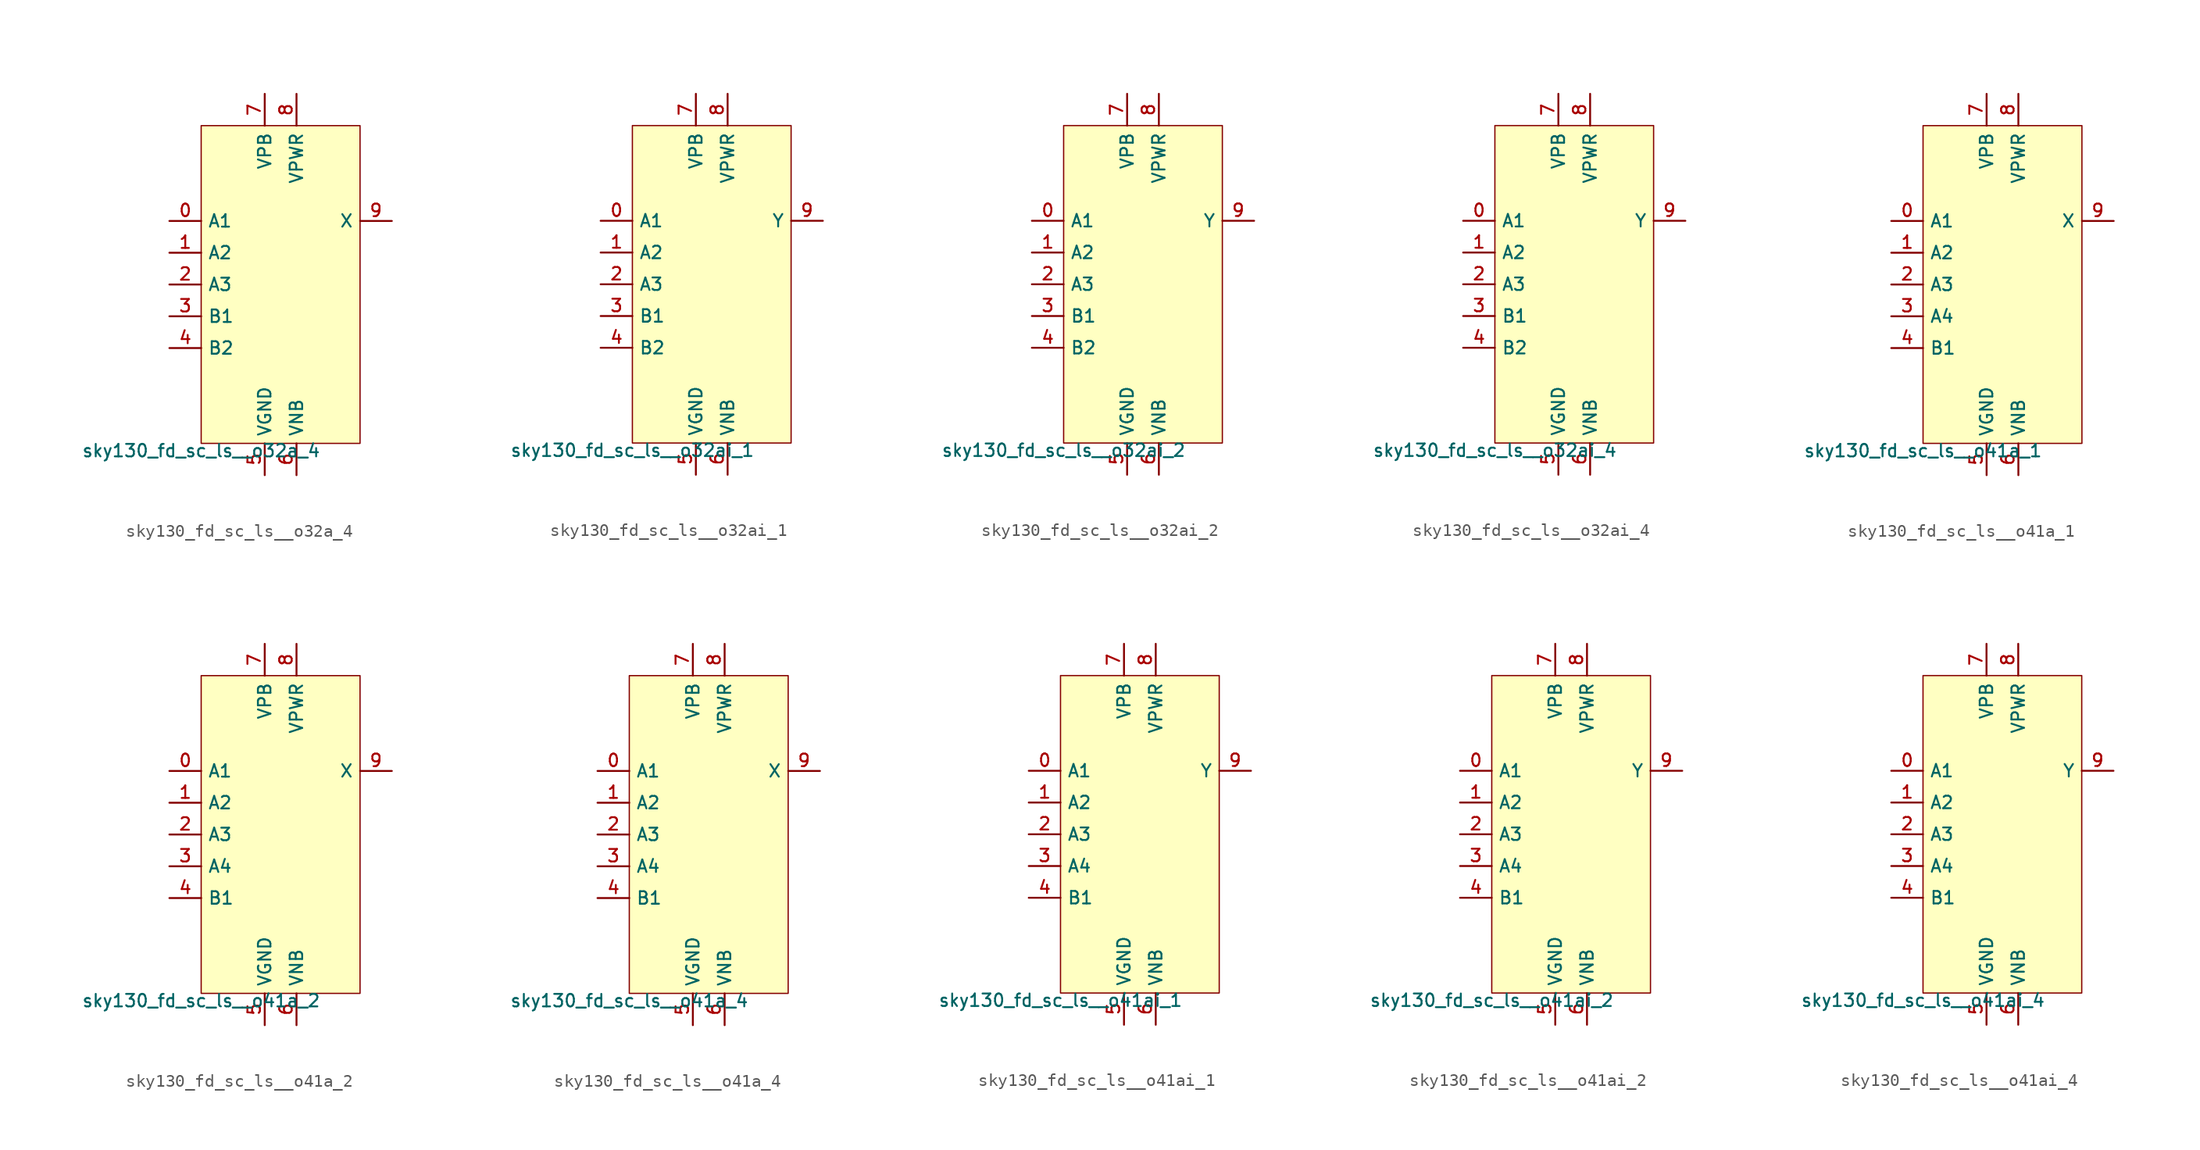
<source format=kicad_sym>
(kicad_symbol_lib
  (version 20211014)
  (generator lef2kicad_sym)
  (symbol "sky130_fd_sc_ls__o32a_4"
    (property "Reference" "X"
      (at 0 0 0)
      (effects (font (size 1 1)) hide))
    (property "Value" "sky130_fd_sc_ls__o32a_4"
      (at -6.35 -12.7 0)
      (effects (font (size 1 1)) (justify top)))
    (rectangle
      (start -6.35 -12.7)
      (end 6.35 12.7)
      (stroke (width 0.1) (type solid) (color 0 0 0 0))
      (fill (type background)))
    (pin input line
      (at -8.89 5.08 0)
      (length 2.54)
      (name "A1" (effects (font (size 1 1)) hide))
      (number "0" (effects (font (size 1 1)) hide)))
    (pin input line
      (at -8.89 2.54 0)
      (length 2.54)
      (name "A2" (effects (font (size 1 1)) hide))
      (number "1" (effects (font (size 1 1)) hide)))
    (pin input line
      (at -8.89 -8.881784197001252e-16 0)
      (length 2.54)
      (name "A3" (effects (font (size 1 1)) hide))
      (number "2" (effects (font (size 1 1)) hide)))
    (pin input line
      (at -8.89 -2.54 0)
      (length 2.54)
      (name "B1" (effects (font (size 1 1)) hide))
      (number "3" (effects (font (size 1 1)) hide)))
    (pin input line
      (at -8.89 -5.08 0)
      (length 2.54)
      (name "B2" (effects (font (size 1 1)) hide))
      (number "4" (effects (font (size 1 1)) hide)))
    (pin power_in line
      (at -1.27 -15.24 90)
      (length 2.54)
      (name "VGND" (effects (font (size 1 1)) hide))
      (number "5" (effects (font (size 1 1)) hide)))
    (pin power_in line
      (at 1.27 -15.24 90)
      (length 2.54)
      (name "VNB" (effects (font (size 1 1)) hide))
      (number "6" (effects (font (size 1 1)) hide)))
    (pin power_in line
      (at -1.27 15.24 270)
      (length 2.54)
      (name "VPB" (effects (font (size 1 1)) hide))
      (number "7" (effects (font (size 1 1)) hide)))
    (pin power_in line
      (at 1.27 15.24 270)
      (length 2.54)
      (name "VPWR" (effects (font (size 1 1)) hide))
      (number "8" (effects (font (size 1 1)) hide)))
    (pin output line
      (at 8.89 5.08 180)
      (length 2.54)
      (name "X" (effects (font (size 1 1)) hide))
      (number "9" (effects (font (size 1 1)) hide))))
  (symbol "sky130_fd_sc_ls__o32ai_1"
    (property "Reference" "X"
      (at 0 0 0)
      (effects (font (size 1 1)) hide))
    (property "Value" "sky130_fd_sc_ls__o32ai_1"
      (at -6.35 -12.7 0)
      (effects (font (size 1 1)) (justify top)))
    (rectangle
      (start -6.35 -12.7)
      (end 6.35 12.7)
      (stroke (width 0.1) (type solid) (color 0 0 0 0))
      (fill (type background)))
    (pin input line
      (at -8.89 5.08 0)
      (length 2.54)
      (name "A1" (effects (font (size 1 1)) hide))
      (number "0" (effects (font (size 1 1)) hide)))
    (pin input line
      (at -8.89 2.54 0)
      (length 2.54)
      (name "A2" (effects (font (size 1 1)) hide))
      (number "1" (effects (font (size 1 1)) hide)))
    (pin input line
      (at -8.89 -8.881784197001252e-16 0)
      (length 2.54)
      (name "A3" (effects (font (size 1 1)) hide))
      (number "2" (effects (font (size 1 1)) hide)))
    (pin input line
      (at -8.89 -2.54 0)
      (length 2.54)
      (name "B1" (effects (font (size 1 1)) hide))
      (number "3" (effects (font (size 1 1)) hide)))
    (pin input line
      (at -8.89 -5.08 0)
      (length 2.54)
      (name "B2" (effects (font (size 1 1)) hide))
      (number "4" (effects (font (size 1 1)) hide)))
    (pin power_in line
      (at -1.27 -15.24 90)
      (length 2.54)
      (name "VGND" (effects (font (size 1 1)) hide))
      (number "5" (effects (font (size 1 1)) hide)))
    (pin power_in line
      (at 1.27 -15.24 90)
      (length 2.54)
      (name "VNB" (effects (font (size 1 1)) hide))
      (number "6" (effects (font (size 1 1)) hide)))
    (pin power_in line
      (at -1.27 15.24 270)
      (length 2.54)
      (name "VPB" (effects (font (size 1 1)) hide))
      (number "7" (effects (font (size 1 1)) hide)))
    (pin power_in line
      (at 1.27 15.24 270)
      (length 2.54)
      (name "VPWR" (effects (font (size 1 1)) hide))
      (number "8" (effects (font (size 1 1)) hide)))
    (pin output line
      (at 8.89 5.08 180)
      (length 2.54)
      (name "Y" (effects (font (size 1 1)) hide))
      (number "9" (effects (font (size 1 1)) hide))))
  (symbol "sky130_fd_sc_ls__o32ai_2"
    (property "Reference" "X"
      (at 0 0 0)
      (effects (font (size 1 1)) hide))
    (property "Value" "sky130_fd_sc_ls__o32ai_2"
      (at -6.35 -12.7 0)
      (effects (font (size 1 1)) (justify top)))
    (rectangle
      (start -6.35 -12.7)
      (end 6.35 12.7)
      (stroke (width 0.1) (type solid) (color 0 0 0 0))
      (fill (type background)))
    (pin input line
      (at -8.89 5.08 0)
      (length 2.54)
      (name "A1" (effects (font (size 1 1)) hide))
      (number "0" (effects (font (size 1 1)) hide)))
    (pin input line
      (at -8.89 2.54 0)
      (length 2.54)
      (name "A2" (effects (font (size 1 1)) hide))
      (number "1" (effects (font (size 1 1)) hide)))
    (pin input line
      (at -8.89 -8.881784197001252e-16 0)
      (length 2.54)
      (name "A3" (effects (font (size 1 1)) hide))
      (number "2" (effects (font (size 1 1)) hide)))
    (pin input line
      (at -8.89 -2.54 0)
      (length 2.54)
      (name "B1" (effects (font (size 1 1)) hide))
      (number "3" (effects (font (size 1 1)) hide)))
    (pin input line
      (at -8.89 -5.08 0)
      (length 2.54)
      (name "B2" (effects (font (size 1 1)) hide))
      (number "4" (effects (font (size 1 1)) hide)))
    (pin power_in line
      (at -1.27 -15.24 90)
      (length 2.54)
      (name "VGND" (effects (font (size 1 1)) hide))
      (number "5" (effects (font (size 1 1)) hide)))
    (pin power_in line
      (at 1.27 -15.24 90)
      (length 2.54)
      (name "VNB" (effects (font (size 1 1)) hide))
      (number "6" (effects (font (size 1 1)) hide)))
    (pin power_in line
      (at -1.27 15.24 270)
      (length 2.54)
      (name "VPB" (effects (font (size 1 1)) hide))
      (number "7" (effects (font (size 1 1)) hide)))
    (pin power_in line
      (at 1.27 15.24 270)
      (length 2.54)
      (name "VPWR" (effects (font (size 1 1)) hide))
      (number "8" (effects (font (size 1 1)) hide)))
    (pin output line
      (at 8.89 5.08 180)
      (length 2.54)
      (name "Y" (effects (font (size 1 1)) hide))
      (number "9" (effects (font (size 1 1)) hide))))
  (symbol "sky130_fd_sc_ls__o32ai_4"
    (property "Reference" "X"
      (at 0 0 0)
      (effects (font (size 1 1)) hide))
    (property "Value" "sky130_fd_sc_ls__o32ai_4"
      (at -6.35 -12.7 0)
      (effects (font (size 1 1)) (justify top)))
    (rectangle
      (start -6.35 -12.7)
      (end 6.35 12.7)
      (stroke (width 0.1) (type solid) (color 0 0 0 0))
      (fill (type background)))
    (pin input line
      (at -8.89 5.08 0)
      (length 2.54)
      (name "A1" (effects (font (size 1 1)) hide))
      (number "0" (effects (font (size 1 1)) hide)))
    (pin input line
      (at -8.89 2.54 0)
      (length 2.54)
      (name "A2" (effects (font (size 1 1)) hide))
      (number "1" (effects (font (size 1 1)) hide)))
    (pin input line
      (at -8.89 -8.881784197001252e-16 0)
      (length 2.54)
      (name "A3" (effects (font (size 1 1)) hide))
      (number "2" (effects (font (size 1 1)) hide)))
    (pin input line
      (at -8.89 -2.54 0)
      (length 2.54)
      (name "B1" (effects (font (size 1 1)) hide))
      (number "3" (effects (font (size 1 1)) hide)))
    (pin input line
      (at -8.89 -5.08 0)
      (length 2.54)
      (name "B2" (effects (font (size 1 1)) hide))
      (number "4" (effects (font (size 1 1)) hide)))
    (pin power_in line
      (at -1.27 -15.24 90)
      (length 2.54)
      (name "VGND" (effects (font (size 1 1)) hide))
      (number "5" (effects (font (size 1 1)) hide)))
    (pin power_in line
      (at 1.27 -15.24 90)
      (length 2.54)
      (name "VNB" (effects (font (size 1 1)) hide))
      (number "6" (effects (font (size 1 1)) hide)))
    (pin power_in line
      (at -1.27 15.24 270)
      (length 2.54)
      (name "VPB" (effects (font (size 1 1)) hide))
      (number "7" (effects (font (size 1 1)) hide)))
    (pin power_in line
      (at 1.27 15.24 270)
      (length 2.54)
      (name "VPWR" (effects (font (size 1 1)) hide))
      (number "8" (effects (font (size 1 1)) hide)))
    (pin output line
      (at 8.89 5.08 180)
      (length 2.54)
      (name "Y" (effects (font (size 1 1)) hide))
      (number "9" (effects (font (size 1 1)) hide))))
  (symbol "sky130_fd_sc_ls__o41a_1"
    (property "Reference" "X"
      (at 0 0 0)
      (effects (font (size 1 1)) hide))
    (property "Value" "sky130_fd_sc_ls__o41a_1"
      (at -6.35 -12.7 0)
      (effects (font (size 1 1)) (justify top)))
    (rectangle
      (start -6.35 -12.7)
      (end 6.35 12.7)
      (stroke (width 0.1) (type solid) (color 0 0 0 0))
      (fill (type background)))
    (pin input line
      (at -8.89 5.08 0)
      (length 2.54)
      (name "A1" (effects (font (size 1 1)) hide))
      (number "0" (effects (font (size 1 1)) hide)))
    (pin input line
      (at -8.89 2.54 0)
      (length 2.54)
      (name "A2" (effects (font (size 1 1)) hide))
      (number "1" (effects (font (size 1 1)) hide)))
    (pin input line
      (at -8.89 -8.881784197001252e-16 0)
      (length 2.54)
      (name "A3" (effects (font (size 1 1)) hide))
      (number "2" (effects (font (size 1 1)) hide)))
    (pin input line
      (at -8.89 -2.54 0)
      (length 2.54)
      (name "A4" (effects (font (size 1 1)) hide))
      (number "3" (effects (font (size 1 1)) hide)))
    (pin input line
      (at -8.89 -5.08 0)
      (length 2.54)
      (name "B1" (effects (font (size 1 1)) hide))
      (number "4" (effects (font (size 1 1)) hide)))
    (pin power_in line
      (at -1.27 -15.24 90)
      (length 2.54)
      (name "VGND" (effects (font (size 1 1)) hide))
      (number "5" (effects (font (size 1 1)) hide)))
    (pin power_in line
      (at 1.27 -15.24 90)
      (length 2.54)
      (name "VNB" (effects (font (size 1 1)) hide))
      (number "6" (effects (font (size 1 1)) hide)))
    (pin power_in line
      (at -1.27 15.24 270)
      (length 2.54)
      (name "VPB" (effects (font (size 1 1)) hide))
      (number "7" (effects (font (size 1 1)) hide)))
    (pin power_in line
      (at 1.27 15.24 270)
      (length 2.54)
      (name "VPWR" (effects (font (size 1 1)) hide))
      (number "8" (effects (font (size 1 1)) hide)))
    (pin output line
      (at 8.89 5.08 180)
      (length 2.54)
      (name "X" (effects (font (size 1 1)) hide))
      (number "9" (effects (font (size 1 1)) hide))))
  (symbol "sky130_fd_sc_ls__o41a_2"
    (property "Reference" "X"
      (at 0 0 0)
      (effects (font (size 1 1)) hide))
    (property "Value" "sky130_fd_sc_ls__o41a_2"
      (at -6.35 -12.7 0)
      (effects (font (size 1 1)) (justify top)))
    (rectangle
      (start -6.35 -12.7)
      (end 6.35 12.7)
      (stroke (width 0.1) (type solid) (color 0 0 0 0))
      (fill (type background)))
    (pin input line
      (at -8.89 5.08 0)
      (length 2.54)
      (name "A1" (effects (font (size 1 1)) hide))
      (number "0" (effects (font (size 1 1)) hide)))
    (pin input line
      (at -8.89 2.54 0)
      (length 2.54)
      (name "A2" (effects (font (size 1 1)) hide))
      (number "1" (effects (font (size 1 1)) hide)))
    (pin input line
      (at -8.89 -8.881784197001252e-16 0)
      (length 2.54)
      (name "A3" (effects (font (size 1 1)) hide))
      (number "2" (effects (font (size 1 1)) hide)))
    (pin input line
      (at -8.89 -2.54 0)
      (length 2.54)
      (name "A4" (effects (font (size 1 1)) hide))
      (number "3" (effects (font (size 1 1)) hide)))
    (pin input line
      (at -8.89 -5.08 0)
      (length 2.54)
      (name "B1" (effects (font (size 1 1)) hide))
      (number "4" (effects (font (size 1 1)) hide)))
    (pin power_in line
      (at -1.27 -15.24 90)
      (length 2.54)
      (name "VGND" (effects (font (size 1 1)) hide))
      (number "5" (effects (font (size 1 1)) hide)))
    (pin power_in line
      (at 1.27 -15.24 90)
      (length 2.54)
      (name "VNB" (effects (font (size 1 1)) hide))
      (number "6" (effects (font (size 1 1)) hide)))
    (pin power_in line
      (at -1.27 15.24 270)
      (length 2.54)
      (name "VPB" (effects (font (size 1 1)) hide))
      (number "7" (effects (font (size 1 1)) hide)))
    (pin power_in line
      (at 1.27 15.24 270)
      (length 2.54)
      (name "VPWR" (effects (font (size 1 1)) hide))
      (number "8" (effects (font (size 1 1)) hide)))
    (pin output line
      (at 8.89 5.08 180)
      (length 2.54)
      (name "X" (effects (font (size 1 1)) hide))
      (number "9" (effects (font (size 1 1)) hide))))
  (symbol "sky130_fd_sc_ls__o41a_4"
    (property "Reference" "X"
      (at 0 0 0)
      (effects (font (size 1 1)) hide))
    (property "Value" "sky130_fd_sc_ls__o41a_4"
      (at -6.35 -12.7 0)
      (effects (font (size 1 1)) (justify top)))
    (rectangle
      (start -6.35 -12.7)
      (end 6.35 12.7)
      (stroke (width 0.1) (type solid) (color 0 0 0 0))
      (fill (type background)))
    (pin input line
      (at -8.89 5.08 0)
      (length 2.54)
      (name "A1" (effects (font (size 1 1)) hide))
      (number "0" (effects (font (size 1 1)) hide)))
    (pin input line
      (at -8.89 2.54 0)
      (length 2.54)
      (name "A2" (effects (font (size 1 1)) hide))
      (number "1" (effects (font (size 1 1)) hide)))
    (pin input line
      (at -8.89 -8.881784197001252e-16 0)
      (length 2.54)
      (name "A3" (effects (font (size 1 1)) hide))
      (number "2" (effects (font (size 1 1)) hide)))
    (pin input line
      (at -8.89 -2.54 0)
      (length 2.54)
      (name "A4" (effects (font (size 1 1)) hide))
      (number "3" (effects (font (size 1 1)) hide)))
    (pin input line
      (at -8.89 -5.08 0)
      (length 2.54)
      (name "B1" (effects (font (size 1 1)) hide))
      (number "4" (effects (font (size 1 1)) hide)))
    (pin power_in line
      (at -1.27 -15.24 90)
      (length 2.54)
      (name "VGND" (effects (font (size 1 1)) hide))
      (number "5" (effects (font (size 1 1)) hide)))
    (pin power_in line
      (at 1.27 -15.24 90)
      (length 2.54)
      (name "VNB" (effects (font (size 1 1)) hide))
      (number "6" (effects (font (size 1 1)) hide)))
    (pin power_in line
      (at -1.27 15.24 270)
      (length 2.54)
      (name "VPB" (effects (font (size 1 1)) hide))
      (number "7" (effects (font (size 1 1)) hide)))
    (pin power_in line
      (at 1.27 15.24 270)
      (length 2.54)
      (name "VPWR" (effects (font (size 1 1)) hide))
      (number "8" (effects (font (size 1 1)) hide)))
    (pin output line
      (at 8.89 5.08 180)
      (length 2.54)
      (name "X" (effects (font (size 1 1)) hide))
      (number "9" (effects (font (size 1 1)) hide))))
  (symbol "sky130_fd_sc_ls__o41ai_1"
    (property "Reference" "X"
      (at 0 0 0)
      (effects (font (size 1 1)) hide))
    (property "Value" "sky130_fd_sc_ls__o41ai_1"
      (at -6.35 -12.7 0)
      (effects (font (size 1 1)) (justify top)))
    (rectangle
      (start -6.35 -12.7)
      (end 6.35 12.7)
      (stroke (width 0.1) (type solid) (color 0 0 0 0))
      (fill (type background)))
    (pin input line
      (at -8.89 5.08 0)
      (length 2.54)
      (name "A1" (effects (font (size 1 1)) hide))
      (number "0" (effects (font (size 1 1)) hide)))
    (pin input line
      (at -8.89 2.54 0)
      (length 2.54)
      (name "A2" (effects (font (size 1 1)) hide))
      (number "1" (effects (font (size 1 1)) hide)))
    (pin input line
      (at -8.89 -8.881784197001252e-16 0)
      (length 2.54)
      (name "A3" (effects (font (size 1 1)) hide))
      (number "2" (effects (font (size 1 1)) hide)))
    (pin input line
      (at -8.89 -2.54 0)
      (length 2.54)
      (name "A4" (effects (font (size 1 1)) hide))
      (number "3" (effects (font (size 1 1)) hide)))
    (pin input line
      (at -8.89 -5.08 0)
      (length 2.54)
      (name "B1" (effects (font (size 1 1)) hide))
      (number "4" (effects (font (size 1 1)) hide)))
    (pin power_in line
      (at -1.27 -15.24 90)
      (length 2.54)
      (name "VGND" (effects (font (size 1 1)) hide))
      (number "5" (effects (font (size 1 1)) hide)))
    (pin power_in line
      (at 1.27 -15.24 90)
      (length 2.54)
      (name "VNB" (effects (font (size 1 1)) hide))
      (number "6" (effects (font (size 1 1)) hide)))
    (pin power_in line
      (at -1.27 15.24 270)
      (length 2.54)
      (name "VPB" (effects (font (size 1 1)) hide))
      (number "7" (effects (font (size 1 1)) hide)))
    (pin power_in line
      (at 1.27 15.24 270)
      (length 2.54)
      (name "VPWR" (effects (font (size 1 1)) hide))
      (number "8" (effects (font (size 1 1)) hide)))
    (pin output line
      (at 8.89 5.08 180)
      (length 2.54)
      (name "Y" (effects (font (size 1 1)) hide))
      (number "9" (effects (font (size 1 1)) hide))))
  (symbol "sky130_fd_sc_ls__o41ai_2"
    (property "Reference" "X"
      (at 0 0 0)
      (effects (font (size 1 1)) hide))
    (property "Value" "sky130_fd_sc_ls__o41ai_2"
      (at -6.35 -12.7 0)
      (effects (font (size 1 1)) (justify top)))
    (rectangle
      (start -6.35 -12.7)
      (end 6.35 12.7)
      (stroke (width 0.1) (type solid) (color 0 0 0 0))
      (fill (type background)))
    (pin input line
      (at -8.89 5.08 0)
      (length 2.54)
      (name "A1" (effects (font (size 1 1)) hide))
      (number "0" (effects (font (size 1 1)) hide)))
    (pin input line
      (at -8.89 2.54 0)
      (length 2.54)
      (name "A2" (effects (font (size 1 1)) hide))
      (number "1" (effects (font (size 1 1)) hide)))
    (pin input line
      (at -8.89 -8.881784197001252e-16 0)
      (length 2.54)
      (name "A3" (effects (font (size 1 1)) hide))
      (number "2" (effects (font (size 1 1)) hide)))
    (pin input line
      (at -8.89 -2.54 0)
      (length 2.54)
      (name "A4" (effects (font (size 1 1)) hide))
      (number "3" (effects (font (size 1 1)) hide)))
    (pin input line
      (at -8.89 -5.08 0)
      (length 2.54)
      (name "B1" (effects (font (size 1 1)) hide))
      (number "4" (effects (font (size 1 1)) hide)))
    (pin power_in line
      (at -1.27 -15.24 90)
      (length 2.54)
      (name "VGND" (effects (font (size 1 1)) hide))
      (number "5" (effects (font (size 1 1)) hide)))
    (pin power_in line
      (at 1.27 -15.24 90)
      (length 2.54)
      (name "VNB" (effects (font (size 1 1)) hide))
      (number "6" (effects (font (size 1 1)) hide)))
    (pin power_in line
      (at -1.27 15.24 270)
      (length 2.54)
      (name "VPB" (effects (font (size 1 1)) hide))
      (number "7" (effects (font (size 1 1)) hide)))
    (pin power_in line
      (at 1.27 15.24 270)
      (length 2.54)
      (name "VPWR" (effects (font (size 1 1)) hide))
      (number "8" (effects (font (size 1 1)) hide)))
    (pin output line
      (at 8.89 5.08 180)
      (length 2.54)
      (name "Y" (effects (font (size 1 1)) hide))
      (number "9" (effects (font (size 1 1)) hide))))
  (symbol "sky130_fd_sc_ls__o41ai_4"
    (property "Reference" "X"
      (at 0 0 0)
      (effects (font (size 1 1)) hide))
    (property "Value" "sky130_fd_sc_ls__o41ai_4"
      (at -6.35 -12.7 0)
      (effects (font (size 1 1)) (justify top)))
    (rectangle
      (start -6.35 -12.7)
      (end 6.35 12.7)
      (stroke (width 0.1) (type solid) (color 0 0 0 0))
      (fill (type background)))
    (pin input line
      (at -8.89 5.08 0)
      (length 2.54)
      (name "A1" (effects (font (size 1 1)) hide))
      (number "0" (effects (font (size 1 1)) hide)))
    (pin input line
      (at -8.89 2.54 0)
      (length 2.54)
      (name "A2" (effects (font (size 1 1)) hide))
      (number "1" (effects (font (size 1 1)) hide)))
    (pin input line
      (at -8.89 -8.881784197001252e-16 0)
      (length 2.54)
      (name "A3" (effects (font (size 1 1)) hide))
      (number "2" (effects (font (size 1 1)) hide)))
    (pin input line
      (at -8.89 -2.54 0)
      (length 2.54)
      (name "A4" (effects (font (size 1 1)) hide))
      (number "3" (effects (font (size 1 1)) hide)))
    (pin input line
      (at -8.89 -5.08 0)
      (length 2.54)
      (name "B1" (effects (font (size 1 1)) hide))
      (number "4" (effects (font (size 1 1)) hide)))
    (pin power_in line
      (at -1.27 -15.24 90)
      (length 2.54)
      (name "VGND" (effects (font (size 1 1)) hide))
      (number "5" (effects (font (size 1 1)) hide)))
    (pin power_in line
      (at 1.27 -15.24 90)
      (length 2.54)
      (name "VNB" (effects (font (size 1 1)) hide))
      (number "6" (effects (font (size 1 1)) hide)))
    (pin power_in line
      (at -1.27 15.24 270)
      (length 2.54)
      (name "VPB" (effects (font (size 1 1)) hide))
      (number "7" (effects (font (size 1 1)) hide)))
    (pin power_in line
      (at 1.27 15.24 270)
      (length 2.54)
      (name "VPWR" (effects (font (size 1 1)) hide))
      (number "8" (effects (font (size 1 1)) hide)))
    (pin output line
      (at 8.89 5.08 180)
      (length 2.54)
      (name "Y" (effects (font (size 1 1)) hide))
      (number "9" (effects (font (size 1 1)) hide)))))
</source>
